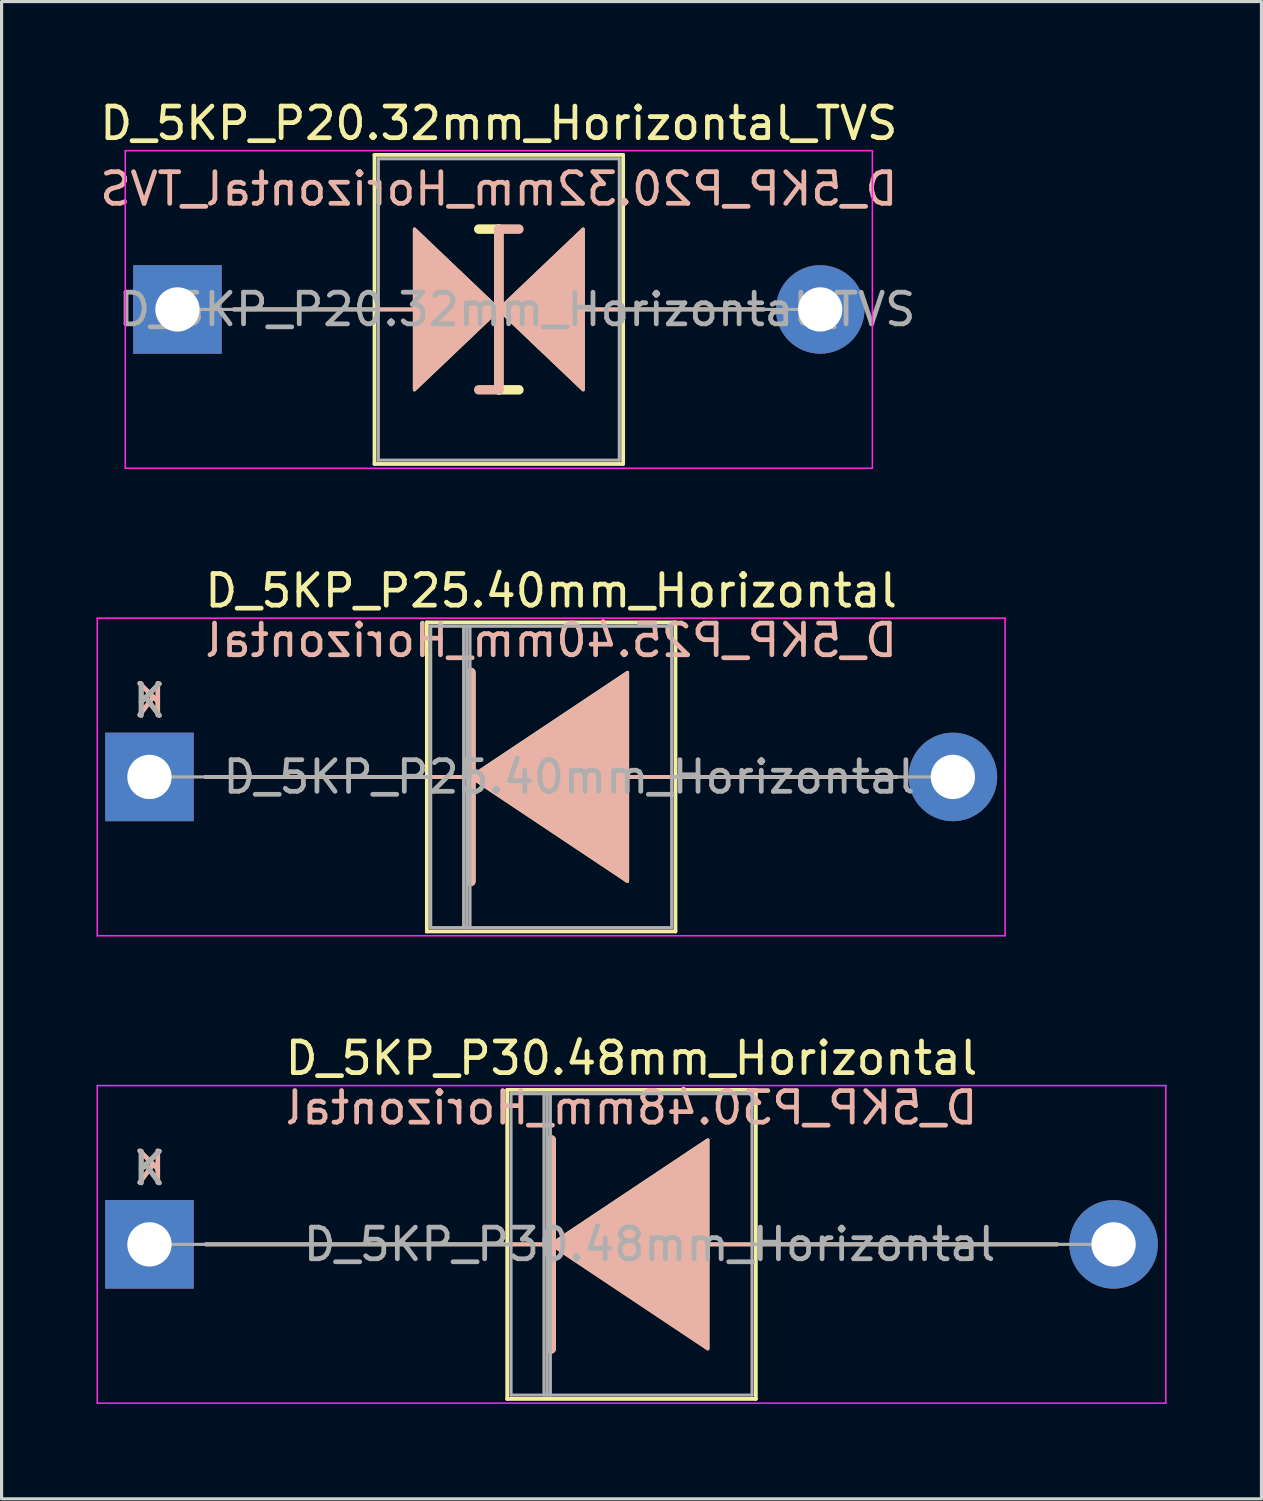
<source format=kicad_pcb>
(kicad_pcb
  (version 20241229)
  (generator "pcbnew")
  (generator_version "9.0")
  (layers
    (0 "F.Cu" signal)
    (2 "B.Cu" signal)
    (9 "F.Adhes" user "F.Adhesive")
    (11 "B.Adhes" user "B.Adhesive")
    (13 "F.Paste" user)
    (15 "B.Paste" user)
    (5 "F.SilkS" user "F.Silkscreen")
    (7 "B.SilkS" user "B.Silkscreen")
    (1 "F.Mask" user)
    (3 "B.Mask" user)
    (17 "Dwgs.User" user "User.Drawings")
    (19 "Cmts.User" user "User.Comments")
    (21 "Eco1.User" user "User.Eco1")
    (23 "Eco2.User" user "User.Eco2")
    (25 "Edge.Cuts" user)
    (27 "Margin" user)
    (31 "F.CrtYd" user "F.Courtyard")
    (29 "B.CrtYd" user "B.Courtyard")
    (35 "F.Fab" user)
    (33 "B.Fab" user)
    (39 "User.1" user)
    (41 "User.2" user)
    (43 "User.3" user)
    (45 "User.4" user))
  (footprint "D_5KP_P25.40mm_Horizontal"
    (layer "F.Cu")
    (at 1.675 21.512)
    (property "Reference" "D_5KP_P25.40mm_Horizontal" (at 12.7 -5.885 0) (layer "F.SilkS") (effects (font (size 1 1) (thickness 0.15))))
    (fp_line (start 1.778 0) (end 10.033 0) (stroke (width 0.12) (type solid)) (layer "F.SilkS"))
    (fp_line (start 8.77 -4.885) (end 8.77 4.885) (stroke (width 0.12) (type solid)) (layer "F.SilkS"))
    (fp_line (start 8.77 4.885) (end 16.63 4.885) (stroke (width 0.12) (type solid)) (layer "F.SilkS"))
    (fp_line (start 10.16 -3.302) (end 10.16 3.302) (stroke (width 0.3) (type solid)) (layer "F.SilkS"))
    (fp_line (start 16.63 -4.885) (end 8.77 -4.885) (stroke (width 0.12) (type solid)) (layer "F.SilkS"))
    (fp_line (start 16.63 4.885) (end 16.63 -4.885) (stroke (width 0.12) (type solid)) (layer "F.SilkS"))
    (fp_line (start 23.622 0) (end 15.15 0) (stroke (width 0.12) (type solid)) (layer "F.SilkS"))
    (fp_poly (pts (xy 15.113 3.302) (xy 10.16 0) (xy 15.113 -3.302)) (stroke (width 0.1) (type solid)) (fill yes) (layer "F.SilkS"))
    (fp_line (start 1.778 0) (end 10.033 0) (stroke (width 0.12) (type solid)) (layer "B.SilkS"))
    (fp_line (start 10.16 3.302) (end 10.16 -3.302) (stroke (width 0.3) (type solid)) (layer "B.SilkS"))
    (fp_line (start 23.622 0) (end 15.15 0) (stroke (width 0.12) (type solid)) (layer "B.SilkS"))
    (fp_poly (pts (xy 15.113 -3.302) (xy 10.16 0) (xy 15.113 3.302)) (stroke (width 0.1) (type solid)) (fill yes) (layer "B.SilkS"))
    (fp_line (start -1.65 -5.02) (end -1.65 5.02) (stroke (width 0.05) (type solid)) (layer "F.CrtYd"))
    (fp_line (start -1.65 5.02) (end 27.05 5.02) (stroke (width 0.05) (type solid)) (layer "F.CrtYd"))
    (fp_line (start 27.05 -5.02) (end -1.65 -5.02) (stroke (width 0.05) (type solid)) (layer "F.CrtYd"))
    (fp_line (start 27.05 5.02) (end 27.05 -5.02) (stroke (width 0.05) (type solid)) (layer "F.CrtYd"))
    (fp_line (start 0 0) (end 8.89 0) (stroke (width 0.1) (type solid)) (layer "F.Fab"))
    (fp_line (start 8.89 -4.765) (end 8.89 4.765) (stroke (width 0.1) (type solid)) (layer "F.Fab"))
    (fp_line (start 8.89 4.765) (end 16.51 4.765) (stroke (width 0.1) (type solid)) (layer "F.Fab"))
    (fp_line (start 9.933 -4.765) (end 9.933 4.765) (stroke (width 0.1) (type solid)) (layer "F.Fab"))
    (fp_line (start 10.033 -4.765) (end 10.033 4.765) (stroke (width 0.1) (type solid)) (layer "F.Fab"))
    (fp_line (start 10.133 -4.765) (end 10.133 4.765) (stroke (width 0.1) (type solid)) (layer "F.Fab"))
    (fp_line (start 16.51 -4.765) (end 8.89 -4.765) (stroke (width 0.1) (type solid)) (layer "F.Fab"))
    (fp_line (start 16.51 4.765) (end 16.51 -4.765) (stroke (width 0.1) (type solid)) (layer "F.Fab"))
    (fp_line (start 25.4 0) (end 16.51 0) (stroke (width 0.1) (type solid)) (layer "F.Fab"))
    (fp_text user "K" (at 0 -2.4 0) (layer "F.SilkS") (effects (font (size 1 1) (thickness 0.15))))
    (fp_text user "K" (at 0 -2.413 0) (layer "B.SilkS") (effects (font (size 1 1) (thickness 0.15)) (justify mirror)))
    (fp_text user "${REFERENCE}" (at 12.7 -4.318 0) (layer "B.SilkS") (effects (font (size 1 1) (thickness 0.15)) (justify mirror)))
    (fp_text user "K" (at 0 -2.4 0) (layer "F.Fab") (effects (font (size 1 1) (thickness 0.15))))
    (fp_text user "${REFERENCE}" (at 13.271 0 0) (layer "F.Fab") (effects (font (size 1 1) (thickness 0.15))))
    (pad "1" thru_hole rect (at 0 0) (size 2.8 2.8) (drill 1.4) (layers "*.Cu" "*.Mask"))
    (pad "2" thru_hole oval (at 25.4 0) (size 2.8 2.8) (drill 1.4) (layers "*.Cu" "*.Mask")))
  (footprint "D_5KP_P20.32mm_Horizontal_TVS"
    (layer "F.Cu")
    (at 2.56 6.733)
    (property "Reference" "D_5KP_P20.32mm_Horizontal_TVS" (at 10.16 -5.885 0) (layer "F.SilkS") (effects (font (size 1 1) (thickness 0.15))))
    (fp_line (start 1.778 0) (end 7.493 0) (stroke (width 0.12) (type solid)) (layer "F.SilkS"))
    (fp_line (start 6.23 -4.885) (end 6.23 4.885) (stroke (width 0.12) (type solid)) (layer "F.SilkS"))
    (fp_line (start 6.23 4.885) (end 14.09 4.885) (stroke (width 0.12) (type solid)) (layer "F.SilkS"))
    (fp_line (start 10.16 -2.54) (end 9.525 -2.54) (stroke (width 0.3) (type solid)) (layer "F.SilkS"))
    (fp_line (start 10.16 2.54) (end 10.16 -2.54) (stroke (width 0.3) (type solid)) (layer "F.SilkS"))
    (fp_line (start 10.795 2.54) (end 10.16 2.54) (stroke (width 0.3) (type solid)) (layer "F.SilkS"))
    (fp_line (start 14.09 -4.885) (end 6.23 -4.885) (stroke (width 0.12) (type solid)) (layer "F.SilkS"))
    (fp_line (start 14.09 4.885) (end 14.09 -4.885) (stroke (width 0.12) (type solid)) (layer "F.SilkS"))
    (fp_line (start 18.542 0) (end 12.827 0) (stroke (width 0.12) (type solid)) (layer "F.SilkS"))
    (fp_poly (pts (xy 10.16 0) (xy 7.493 2.54) (xy 7.493 -2.54)) (stroke (width 0.1) (type solid)) (fill yes) (layer "F.SilkS"))
    (fp_poly (pts (xy 10.16 0) (xy 12.827 -2.54) (xy 12.827 2.54)) (stroke (width 0.1) (type solid)) (fill yes) (layer "F.SilkS"))
    (fp_line (start 1.778 0) (end 7.493 0) (stroke (width 0.12) (type solid)) (layer "B.SilkS"))
    (fp_line (start 10.16 -2.54) (end 10.16 2.54) (stroke (width 0.3) (type solid)) (layer "B.SilkS"))
    (fp_line (start 10.16 2.54) (end 9.525 2.54) (stroke (width 0.3) (type solid)) (layer "B.SilkS"))
    (fp_line (start 10.795 -2.54) (end 10.16 -2.54) (stroke (width 0.3) (type solid)) (layer "B.SilkS"))
    (fp_line (start 18.542 0) (end 12.827 0) (stroke (width 0.12) (type solid)) (layer "B.SilkS"))
    (fp_poly (pts (xy 10.16 0) (xy 7.493 -2.54) (xy 7.493 2.54)) (stroke (width 0.1) (type solid)) (fill yes) (layer "B.SilkS"))
    (fp_poly (pts (xy 10.16 0) (xy 12.827 2.54) (xy 12.827 -2.54)) (stroke (width 0.1) (type solid)) (fill yes) (layer "B.SilkS"))
    (fp_line (start -1.65 -5.02) (end -1.65 5.02) (stroke (width 0.05) (type solid)) (layer "F.CrtYd"))
    (fp_line (start -1.65 5.02) (end 21.97 5.02) (stroke (width 0.05) (type solid)) (layer "F.CrtYd"))
    (fp_line (start 21.97 -5.02) (end -1.65 -5.02) (stroke (width 0.05) (type solid)) (layer "F.CrtYd"))
    (fp_line (start 21.97 5.02) (end 21.97 -5.02) (stroke (width 0.05) (type solid)) (layer "F.CrtYd"))
    (fp_line (start 0 0) (end 6.35 0) (stroke (width 0.1) (type solid)) (layer "F.Fab"))
    (fp_line (start 6.35 -4.765) (end 6.35 4.765) (stroke (width 0.1) (type solid)) (layer "F.Fab"))
    (fp_line (start 6.35 4.765) (end 13.97 4.765) (stroke (width 0.1) (type solid)) (layer "F.Fab"))
    (fp_line (start 13.97 -4.765) (end 6.35 -4.765) (stroke (width 0.1) (type solid)) (layer "F.Fab"))
    (fp_line (start 13.97 4.765) (end 13.97 -4.765) (stroke (width 0.1) (type solid)) (layer "F.Fab"))
    (fp_line (start 20.32 0) (end 13.97 0) (stroke (width 0.1) (type solid)) (layer "F.Fab"))
    (fp_text user "${REFERENCE}" (at 10.16 -3.81 0) (layer "B.SilkS") (effects (font (size 1 1) (thickness 0.15)) (justify mirror)))
    (fp_text user "${REFERENCE}" (at 10.732 0 0) (layer "F.Fab") (effects (font (size 1 1) (thickness 0.15))))
    (pad "1" thru_hole rect (at 0 0) (size 2.8 2.8) (drill 1.4) (layers "*.Cu" "*.Mask"))
    (pad "2" thru_hole oval (at 20.32 0) (size 2.8 2.8) (drill 1.4) (layers "*.Cu" "*.Mask")))
  (footprint "D_5KP_P30.48mm_Horizontal"
    (layer "F.Cu")
    (at 1.675 36.29)
    (property "Reference" "D_5KP_P30.48mm_Horizontal" (at 15.24 -5.885 0) (layer "F.SilkS") (effects (font (size 1 1) (thickness 0.15))))
    (fp_line (start 1.778 0) (end 12.573 0) (stroke (width 0.12) (type solid)) (layer "F.SilkS"))
    (fp_line (start 11.31 -4.885) (end 11.31 4.885) (stroke (width 0.12) (type solid)) (layer "F.SilkS"))
    (fp_line (start 11.31 4.885) (end 19.17 4.885) (stroke (width 0.12) (type solid)) (layer "F.SilkS"))
    (fp_line (start 12.7 -3.302) (end 12.7 3.302) (stroke (width 0.3) (type solid)) (layer "F.SilkS"))
    (fp_line (start 19.17 -4.885) (end 11.31 -4.885) (stroke (width 0.12) (type solid)) (layer "F.SilkS"))
    (fp_line (start 19.17 4.885) (end 19.17 -4.885) (stroke (width 0.12) (type solid)) (layer "F.SilkS"))
    (fp_line (start 28.702 0) (end 17.69 0) (stroke (width 0.12) (type solid)) (layer "F.SilkS"))
    (fp_poly (pts (xy 17.653 3.302) (xy 12.7 0) (xy 17.653 -3.302)) (stroke (width 0.1) (type solid)) (fill yes) (layer "F.SilkS"))
    (fp_line (start 1.778 0) (end 12.573 0) (stroke (width 0.12) (type solid)) (layer "B.SilkS"))
    (fp_line (start 12.7 3.302) (end 12.7 -3.302) (stroke (width 0.3) (type solid)) (layer "B.SilkS"))
    (fp_line (start 28.702 0) (end 17.69 0) (stroke (width 0.12) (type solid)) (layer "B.SilkS"))
    (fp_poly (pts (xy 17.653 -3.302) (xy 12.7 0) (xy 17.653 3.302)) (stroke (width 0.1) (type solid)) (fill yes) (layer "B.SilkS"))
    (fp_line (start -1.65 -5.02) (end -1.65 5.02) (stroke (width 0.05) (type solid)) (layer "F.CrtYd"))
    (fp_line (start -1.65 5.02) (end 32.13 5.02) (stroke (width 0.05) (type solid)) (layer "F.CrtYd"))
    (fp_line (start 32.13 -5.02) (end -1.65 -5.02) (stroke (width 0.05) (type solid)) (layer "F.CrtYd"))
    (fp_line (start 32.13 5.02) (end 32.13 -5.02) (stroke (width 0.05) (type solid)) (layer "F.CrtYd"))
    (fp_line (start 0 0) (end 11.43 0) (stroke (width 0.1) (type solid)) (layer "F.Fab"))
    (fp_line (start 11.43 -4.765) (end 11.43 4.765) (stroke (width 0.1) (type solid)) (layer "F.Fab"))
    (fp_line (start 11.43 4.765) (end 19.05 4.765) (stroke (width 0.1) (type solid)) (layer "F.Fab"))
    (fp_line (start 12.473 -4.765) (end 12.473 4.765) (stroke (width 0.1) (type solid)) (layer "F.Fab"))
    (fp_line (start 12.573 -4.765) (end 12.573 4.765) (stroke (width 0.1) (type solid)) (layer "F.Fab"))
    (fp_line (start 12.673 -4.765) (end 12.673 4.765) (stroke (width 0.1) (type solid)) (layer "F.Fab"))
    (fp_line (start 19.05 -4.765) (end 11.43 -4.765) (stroke (width 0.1) (type solid)) (layer "F.Fab"))
    (fp_line (start 19.05 4.765) (end 19.05 -4.765) (stroke (width 0.1) (type solid)) (layer "F.Fab"))
    (fp_line (start 30.48 0) (end 19.05 0) (stroke (width 0.1) (type solid)) (layer "F.Fab"))
    (fp_text user "K" (at 0 -2.4 0) (layer "F.SilkS") (effects (font (size 1 1) (thickness 0.15))))
    (fp_text user "K" (at 0 -2.413 0) (layer "B.SilkS") (effects (font (size 1 1) (thickness 0.15)) (justify mirror)))
    (fp_text user "${REFERENCE}" (at 15.24 -4.318 0) (layer "B.SilkS") (effects (font (size 1 1) (thickness 0.15)) (justify mirror)))
    (fp_text user "${REFERENCE}" (at 15.812 0 0) (layer "F.Fab") (effects (font (size 1 1) (thickness 0.15))))
    (fp_text user "K" (at 0 -2.4 0) (layer "F.Fab") (effects (font (size 1 1) (thickness 0.15))))
    (pad "1" thru_hole rect (at 0 0) (size 2.8 2.8) (drill 1.4) (layers "*.Cu" "*.Mask"))
    (pad "2" thru_hole oval (at 30.48 0) (size 2.8 2.8) (drill 1.4) (layers "*.Cu" "*.Mask")))
  (gr_rect
    (start -3 -3)
    (end 36.83 44.335)
    (stroke (width 0.1) (type default))
    (fill no)
    (layer "Edge.Cuts")))
</source>
